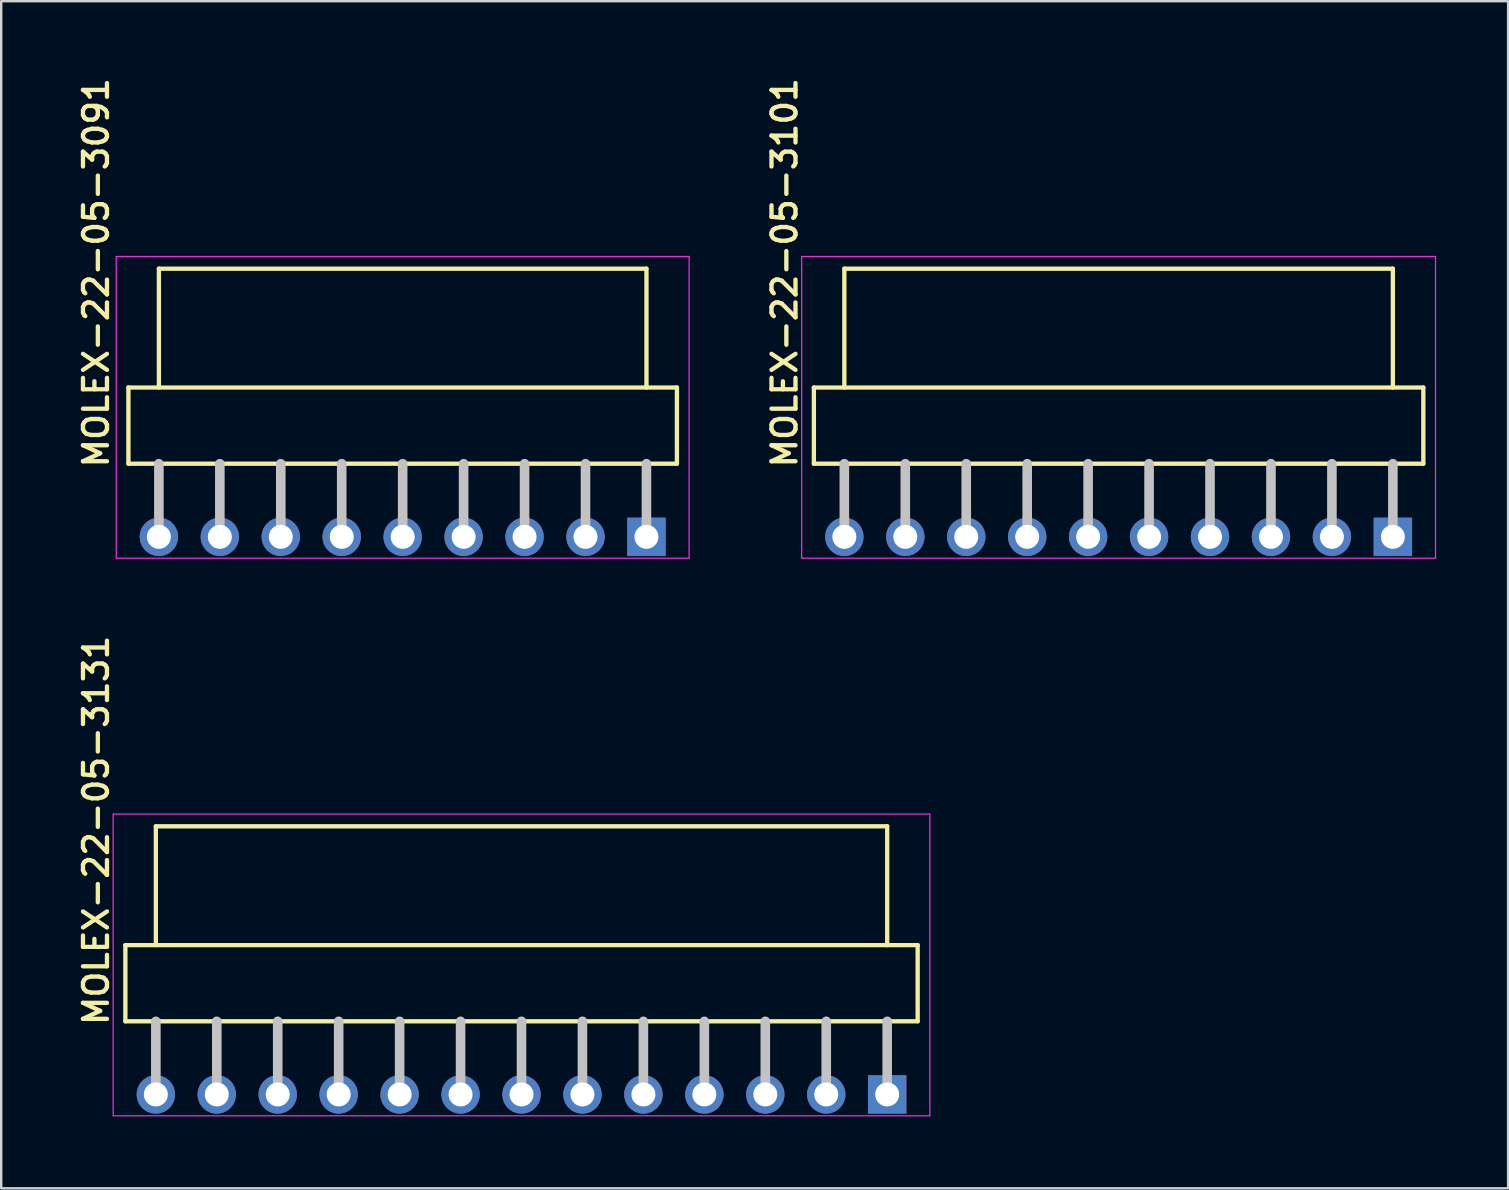
<source format=kicad_pcb>
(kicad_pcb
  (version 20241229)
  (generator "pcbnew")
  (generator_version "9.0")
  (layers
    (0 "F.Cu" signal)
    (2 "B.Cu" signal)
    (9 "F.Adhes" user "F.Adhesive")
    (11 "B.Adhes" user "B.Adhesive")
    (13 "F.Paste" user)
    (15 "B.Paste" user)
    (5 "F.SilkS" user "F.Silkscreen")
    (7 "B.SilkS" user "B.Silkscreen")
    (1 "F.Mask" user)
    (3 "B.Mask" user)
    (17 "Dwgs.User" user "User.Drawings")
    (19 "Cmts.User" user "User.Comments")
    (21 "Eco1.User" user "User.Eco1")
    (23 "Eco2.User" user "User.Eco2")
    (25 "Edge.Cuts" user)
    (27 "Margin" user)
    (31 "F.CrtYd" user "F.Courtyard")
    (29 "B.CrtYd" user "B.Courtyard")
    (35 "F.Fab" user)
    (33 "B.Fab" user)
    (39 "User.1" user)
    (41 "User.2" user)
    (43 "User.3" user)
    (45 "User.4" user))
  (footprint "MOLEX-22-05-3131"
    (layer "F.Cu")
    (at 18.685 42.563)
    (property "Reference" "MOLEX-22-05-3131" (at -17.145 -2.794 90) (layer "F.SilkS") (effects (font (size 1 1) (thickness 0.18)) (justify left bottom)))
    (attr through_hole)
    (fp_line (start -16.51 -6.223) (end -16.51 -3.048) (stroke (width 0.18) (type solid)) (layer "F.SilkS"))
    (fp_line (start -16.51 -3.048) (end 16.51 -3.048) (stroke (width 0.18) (type solid)) (layer "F.SilkS"))
    (fp_line (start -15.24 -11.176) (end 15.24 -11.176) (stroke (width 0.18) (type solid)) (layer "F.SilkS"))
    (fp_line (start -15.24 -6.223) (end -15.24 -11.176) (stroke (width 0.18) (type solid)) (layer "F.SilkS"))
    (fp_line (start 15.24 -6.223) (end 15.24 -11.176) (stroke (width 0.18) (type solid)) (layer "F.SilkS"))
    (fp_line (start 16.51 -6.223) (end -16.51 -6.223) (stroke (width 0.18) (type solid)) (layer "F.SilkS"))
    (fp_line (start 16.51 -3.048) (end 16.51 -6.223) (stroke (width 0.18) (type solid)) (layer "F.SilkS"))
    (fp_line (start -15.24 -3.048) (end -15.24 0) (stroke (width 0.4) (type solid)) (layer "Dwgs.User"))
    (fp_line (start -12.7 -3.048) (end -12.7 0) (stroke (width 0.4) (type solid)) (layer "Dwgs.User"))
    (fp_line (start -10.16 -3.048) (end -10.16 0) (stroke (width 0.4) (type solid)) (layer "Dwgs.User"))
    (fp_line (start -7.62 -3.048) (end -7.62 0) (stroke (width 0.4) (type solid)) (layer "Dwgs.User"))
    (fp_line (start -5.08 -3.048) (end -5.08 0) (stroke (width 0.4) (type solid)) (layer "Dwgs.User"))
    (fp_line (start -2.54 -3.048) (end -2.54 0) (stroke (width 0.4) (type solid)) (layer "Dwgs.User"))
    (fp_line (start 0 -3.048) (end 0 0) (stroke (width 0.4) (type solid)) (layer "Dwgs.User"))
    (fp_line (start 2.54 -3.048) (end 2.54 0) (stroke (width 0.4) (type solid)) (layer "Dwgs.User"))
    (fp_line (start 5.08 -3.048) (end 5.08 0) (stroke (width 0.4) (type solid)) (layer "Dwgs.User"))
    (fp_line (start 7.62 -3.048) (end 7.62 0) (stroke (width 0.4) (type solid)) (layer "Dwgs.User"))
    (fp_line (start 10.16 -3.048) (end 10.16 0) (stroke (width 0.4) (type solid)) (layer "Dwgs.User"))
    (fp_line (start 12.7 -3.048) (end 12.7 0) (stroke (width 0.4) (type solid)) (layer "Dwgs.User"))
    (fp_line (start 15.24 -3.048) (end 15.24 0) (stroke (width 0.4) (type solid)) (layer "Dwgs.User"))
    (fp_line (start -17.018 -11.684) (end 17.018 -11.684) (stroke (width 0.05) (type solid)) (layer "F.CrtYd"))
    (fp_line (start -17.018 0.889) (end -17.018 -11.684) (stroke (width 0.05) (type solid)) (layer "F.CrtYd"))
    (fp_line (start 17.018 -11.684) (end 17.018 0.889) (stroke (width 0.05) (type solid)) (layer "F.CrtYd"))
    (fp_line (start 17.018 0.889) (end -17.018 0.889) (stroke (width 0.05) (type solid)) (layer "F.CrtYd"))
    (pad "1" thru_hole rect (at 15.24 0) (size 1.6 1.6) (drill 1) (layers "*.Cu" "*.Mask"))
    (pad "2" thru_hole circle (at 12.7 0) (size 1.6 1.6) (drill 1) (layers "*.Cu" "*.Mask"))
    (pad "3" thru_hole circle (at 10.16 0) (size 1.6 1.6) (drill 1) (layers "*.Cu" "*.Mask"))
    (pad "4" thru_hole circle (at 7.62 0) (size 1.6 1.6) (drill 1) (layers "*.Cu" "*.Mask"))
    (pad "5" thru_hole circle (at 5.08 0) (size 1.6 1.6) (drill 1) (layers "*.Cu" "*.Mask"))
    (pad "6" thru_hole circle (at 2.54 0) (size 1.6 1.6) (drill 1) (layers "*.Cu" "*.Mask"))
    (pad "7" thru_hole circle (at 0 0) (size 1.6 1.6) (drill 1) (layers "*.Cu" "*.Mask"))
    (pad "8" thru_hole circle (at -2.54 0) (size 1.6 1.6) (drill 1) (layers "*.Cu" "*.Mask"))
    (pad "9" thru_hole circle (at -5.08 0) (size 1.6 1.6) (drill 1) (layers "*.Cu" "*.Mask"))
    (pad "10" thru_hole circle (at -7.62 0) (size 1.6 1.6) (drill 1) (layers "*.Cu" "*.Mask"))
    (pad "11" thru_hole circle (at -10.16 0) (size 1.6 1.6) (drill 1) (layers "*.Cu" "*.Mask"))
    (pad "12" thru_hole circle (at -12.7 0) (size 1.6 1.6) (drill 1) (layers "*.Cu" "*.Mask"))
    (pad "13" thru_hole circle (at -15.24 0) (size 1.6 1.6) (drill 1) (layers "*.Cu" "*.Mask")))
  (footprint "MOLEX-22-05-3091"
    (layer "F.Cu")
    (at 13.732 19.324)
    (property "Reference" "MOLEX-22-05-3091" (at -12.192 -2.794 90) (layer "F.SilkS") (effects (font (size 1 1) (thickness 0.18)) (justify left bottom)))
    (attr through_hole)
    (fp_line (start -11.43 -6.223) (end -11.43 -3.048) (stroke (width 0.18) (type solid)) (layer "F.SilkS"))
    (fp_line (start -11.43 -3.048) (end 11.43 -3.048) (stroke (width 0.18) (type solid)) (layer "F.SilkS"))
    (fp_line (start -10.16 -11.176) (end 10.16 -11.176) (stroke (width 0.18) (type solid)) (layer "F.SilkS"))
    (fp_line (start -10.16 -6.223) (end -10.16 -11.176) (stroke (width 0.18) (type solid)) (layer "F.SilkS"))
    (fp_line (start 10.16 -6.223) (end 10.16 -11.176) (stroke (width 0.18) (type solid)) (layer "F.SilkS"))
    (fp_line (start 11.43 -6.223) (end -11.43 -6.223) (stroke (width 0.18) (type solid)) (layer "F.SilkS"))
    (fp_line (start 11.43 -3.048) (end 11.43 -6.223) (stroke (width 0.18) (type solid)) (layer "F.SilkS"))
    (fp_line (start -10.16 -3.048) (end -10.16 0) (stroke (width 0.4) (type solid)) (layer "Dwgs.User"))
    (fp_line (start -7.62 -3.048) (end -7.62 0) (stroke (width 0.4) (type solid)) (layer "Dwgs.User"))
    (fp_line (start -5.08 -3.048) (end -5.08 0) (stroke (width 0.4) (type solid)) (layer "Dwgs.User"))
    (fp_line (start -2.54 -3.048) (end -2.54 0) (stroke (width 0.4) (type solid)) (layer "Dwgs.User"))
    (fp_line (start 0 -3.048) (end 0 0) (stroke (width 0.4) (type solid)) (layer "Dwgs.User"))
    (fp_line (start 2.54 -3.048) (end 2.54 0) (stroke (width 0.4) (type solid)) (layer "Dwgs.User"))
    (fp_line (start 5.08 -3.048) (end 5.08 0) (stroke (width 0.4) (type solid)) (layer "Dwgs.User"))
    (fp_line (start 7.62 -3.048) (end 7.62 0) (stroke (width 0.4) (type solid)) (layer "Dwgs.User"))
    (fp_line (start 10.16 -3.048) (end 10.16 0) (stroke (width 0.4) (type solid)) (layer "Dwgs.User"))
    (fp_line (start -11.938 -11.684) (end 11.938 -11.684) (stroke (width 0.05) (type solid)) (layer "F.CrtYd"))
    (fp_line (start -11.938 0.889) (end -11.938 -11.684) (stroke (width 0.05) (type solid)) (layer "F.CrtYd"))
    (fp_line (start 11.938 -11.684) (end 11.938 0.889) (stroke (width 0.05) (type solid)) (layer "F.CrtYd"))
    (fp_line (start 11.938 0.889) (end -11.938 0.889) (stroke (width 0.05) (type solid)) (layer "F.CrtYd"))
    (pad "1" thru_hole rect (at 10.16 0) (size 1.6 1.6) (drill 1) (layers "*.Cu" "*.Mask"))
    (pad "2" thru_hole circle (at 7.62 0) (size 1.6 1.6) (drill 1) (layers "*.Cu" "*.Mask"))
    (pad "3" thru_hole circle (at 5.08 0) (size 1.6 1.6) (drill 1) (layers "*.Cu" "*.Mask"))
    (pad "4" thru_hole circle (at 2.54 0) (size 1.6 1.6) (drill 1) (layers "*.Cu" "*.Mask"))
    (pad "5" thru_hole circle (at 0 0) (size 1.6 1.6) (drill 1) (layers "*.Cu" "*.Mask"))
    (pad "6" thru_hole circle (at -2.54 0) (size 1.6 1.6) (drill 1) (layers "*.Cu" "*.Mask"))
    (pad "7" thru_hole circle (at -5.08 0) (size 1.6 1.6) (drill 1) (layers "*.Cu" "*.Mask"))
    (pad "8" thru_hole circle (at -7.62 0) (size 1.6 1.6) (drill 1) (layers "*.Cu" "*.Mask"))
    (pad "9" thru_hole circle (at -10.16 0) (size 1.6 1.6) (drill 1) (layers "*.Cu" "*.Mask")))
  (footprint "MOLEX-22-05-3101"
    (layer "F.Cu")
    (at 43.57 19.324)
    (property "Reference" "MOLEX-22-05-3101" (at -13.335 -2.794 90) (layer "F.SilkS") (effects (font (size 1 1) (thickness 0.18)) (justify left bottom)))
    (attr through_hole)
    (fp_line (start -12.7 -6.223) (end -12.7 -3.048) (stroke (width 0.18) (type solid)) (layer "F.SilkS"))
    (fp_line (start -12.7 -3.048) (end 12.7 -3.048) (stroke (width 0.18) (type solid)) (layer "F.SilkS"))
    (fp_line (start -11.43 -6.223) (end -11.43 -11.176) (stroke (width 0.18) (type solid)) (layer "F.SilkS"))
    (fp_line (start 11.43 -11.176) (end -11.43 -11.176) (stroke (width 0.18) (type solid)) (layer "F.SilkS"))
    (fp_line (start 11.43 -6.223) (end 11.43 -11.176) (stroke (width 0.18) (type solid)) (layer "F.SilkS"))
    (fp_line (start 12.7 -6.223) (end -12.7 -6.223) (stroke (width 0.18) (type solid)) (layer "F.SilkS"))
    (fp_line (start 12.7 -3.048) (end 12.7 -6.223) (stroke (width 0.18) (type solid)) (layer "F.SilkS"))
    (fp_line (start -11.43 -3.048) (end -11.43 0) (stroke (width 0.4) (type solid)) (layer "Dwgs.User"))
    (fp_line (start -8.89 -3.048) (end -8.89 0) (stroke (width 0.4) (type solid)) (layer "Dwgs.User"))
    (fp_line (start -6.35 -3.048) (end -6.35 0) (stroke (width 0.4) (type solid)) (layer "Dwgs.User"))
    (fp_line (start -3.81 -3.048) (end -3.81 0) (stroke (width 0.4) (type solid)) (layer "Dwgs.User"))
    (fp_line (start -1.27 -3.048) (end -1.27 0) (stroke (width 0.4) (type solid)) (layer "Dwgs.User"))
    (fp_line (start 1.27 -3.048) (end 1.27 0) (stroke (width 0.4) (type solid)) (layer "Dwgs.User"))
    (fp_line (start 3.81 -3.048) (end 3.81 0) (stroke (width 0.4) (type solid)) (layer "Dwgs.User"))
    (fp_line (start 6.35 -3.048) (end 6.35 0) (stroke (width 0.4) (type solid)) (layer "Dwgs.User"))
    (fp_line (start 8.89 -3.048) (end 8.89 0) (stroke (width 0.4) (type solid)) (layer "Dwgs.User"))
    (fp_line (start 11.43 -3.048) (end 11.43 0) (stroke (width 0.4) (type solid)) (layer "Dwgs.User"))
    (fp_line (start -13.208 -11.684) (end 13.208 -11.684) (stroke (width 0.05) (type solid)) (layer "F.CrtYd"))
    (fp_line (start -13.208 0.889) (end -13.208 -11.684) (stroke (width 0.05) (type solid)) (layer "F.CrtYd"))
    (fp_line (start 13.208 -11.684) (end 13.208 0.889) (stroke (width 0.05) (type solid)) (layer "F.CrtYd"))
    (fp_line (start 13.208 0.889) (end -13.208 0.889) (stroke (width 0.05) (type solid)) (layer "F.CrtYd"))
    (pad "1" thru_hole rect (at 11.43 0) (size 1.6 1.6) (drill 1) (layers "*.Cu" "*.Mask"))
    (pad "2" thru_hole circle (at 8.89 0) (size 1.6 1.6) (drill 1) (layers "*.Cu" "*.Mask"))
    (pad "3" thru_hole circle (at 6.35 0) (size 1.6 1.6) (drill 1) (layers "*.Cu" "*.Mask"))
    (pad "4" thru_hole circle (at 3.81 0) (size 1.6 1.6) (drill 1) (layers "*.Cu" "*.Mask"))
    (pad "5" thru_hole circle (at 1.27 0) (size 1.6 1.6) (drill 1) (layers "*.Cu" "*.Mask"))
    (pad "6" thru_hole circle (at -1.27 0) (size 1.6 1.6) (drill 1) (layers "*.Cu" "*.Mask"))
    (pad "7" thru_hole circle (at -3.81 0) (size 1.6 1.6) (drill 1) (layers "*.Cu" "*.Mask"))
    (pad "8" thru_hole circle (at -6.35 0) (size 1.6 1.6) (drill 1) (layers "*.Cu" "*.Mask"))
    (pad "9" thru_hole circle (at -8.89 0) (size 1.6 1.6) (drill 1) (layers "*.Cu" "*.Mask"))
    (pad "10" thru_hole circle (at -11.43 0) (size 1.6 1.6) (drill 1) (layers "*.Cu" "*.Mask")))
  (gr_rect
    (start -3 -3)
    (end 59.803 46.477)
    (stroke (width 0.1) (type default))
    (fill no)
    (layer "Edge.Cuts")))
</source>
